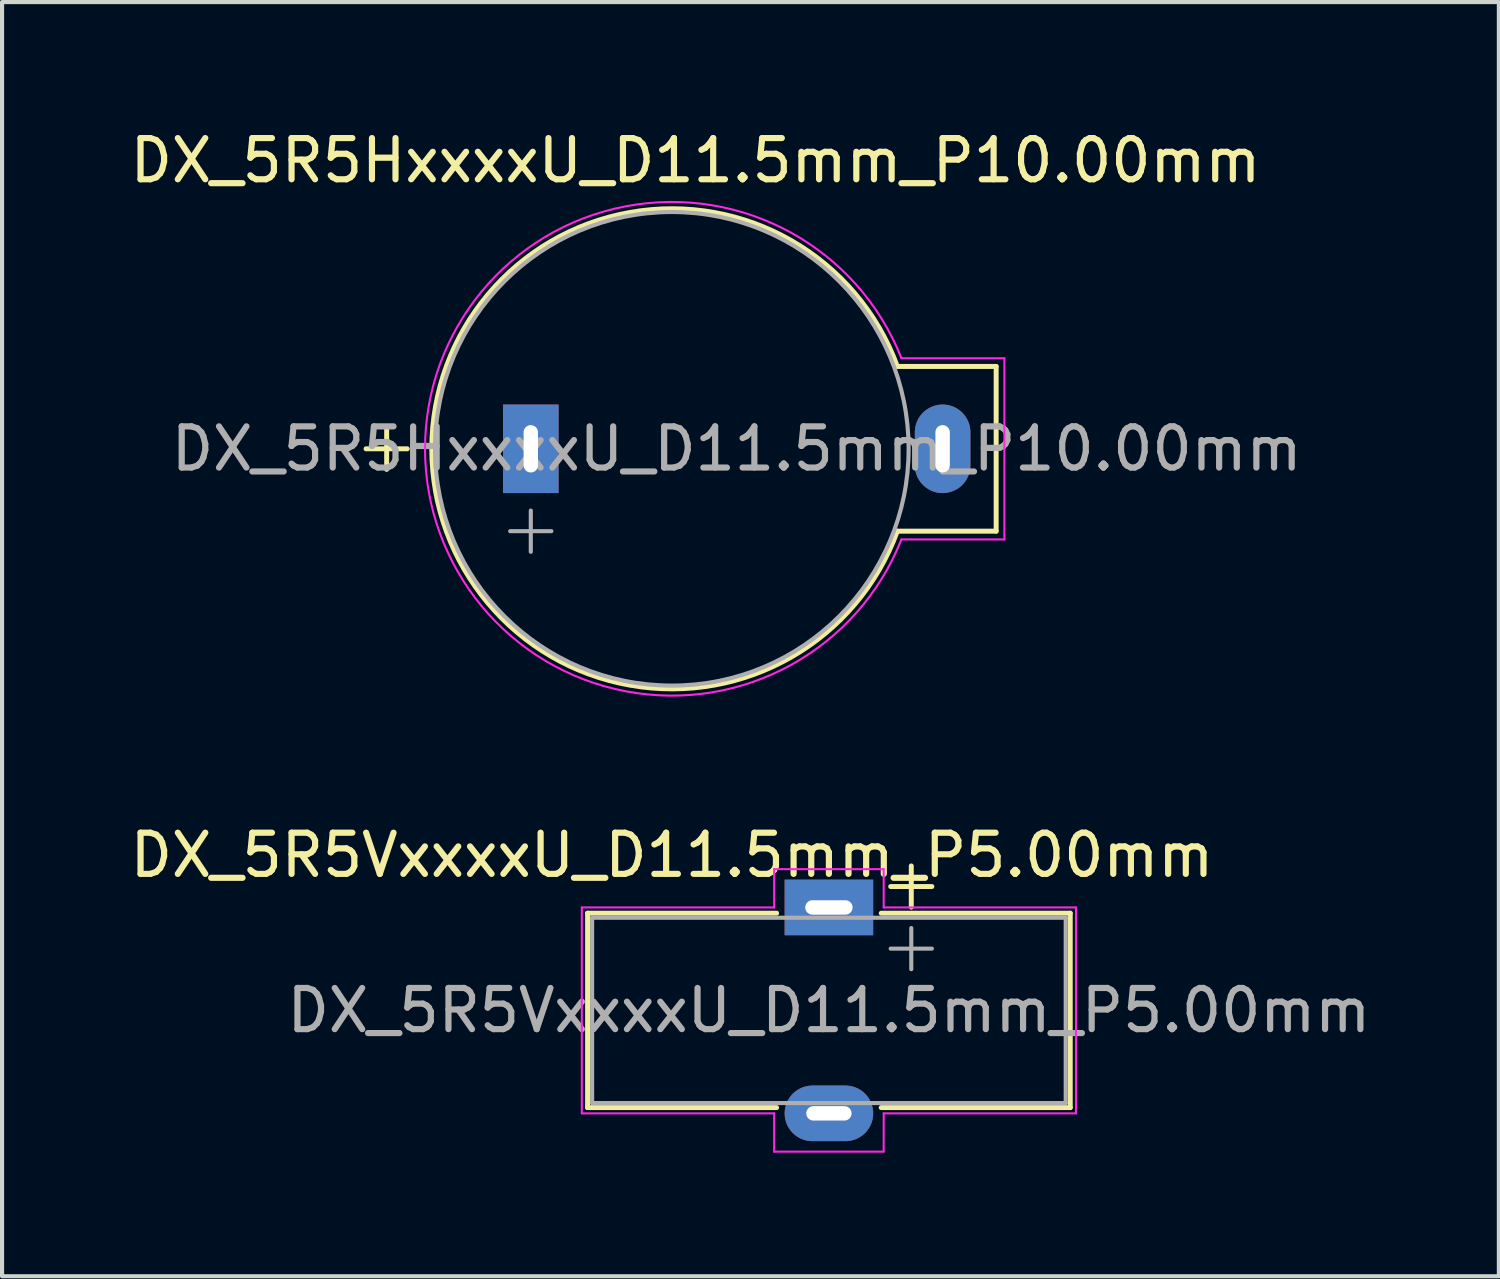
<source format=kicad_pcb>
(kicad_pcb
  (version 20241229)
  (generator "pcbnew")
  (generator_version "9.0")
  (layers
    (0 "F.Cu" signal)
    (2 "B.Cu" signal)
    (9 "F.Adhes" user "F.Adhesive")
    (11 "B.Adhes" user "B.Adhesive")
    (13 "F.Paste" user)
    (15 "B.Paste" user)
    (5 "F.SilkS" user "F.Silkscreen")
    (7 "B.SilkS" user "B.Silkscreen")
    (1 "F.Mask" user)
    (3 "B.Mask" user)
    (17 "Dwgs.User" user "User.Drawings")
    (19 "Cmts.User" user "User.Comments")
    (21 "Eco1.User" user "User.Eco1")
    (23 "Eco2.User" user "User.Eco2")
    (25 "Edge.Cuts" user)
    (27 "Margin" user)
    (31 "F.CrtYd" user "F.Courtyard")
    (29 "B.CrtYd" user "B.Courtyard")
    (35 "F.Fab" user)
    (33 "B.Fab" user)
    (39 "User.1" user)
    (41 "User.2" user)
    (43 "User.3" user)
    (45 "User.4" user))
  (footprint "DX_5R5VxxxxU_D11.5mm_P5.00mm"
    (layer "F.Cu")
    (at 17.078 18.985)
    (property "Reference" "DX_5R5VxxxxU_D11.5mm_P5.00mm" (at -3.81 -1.27 0) (layer "F.SilkS") (effects (font (size 1 1) (thickness 0.15))))
    (attr through_hole)
    (fp_line (start -5.86 0.14) (end -5.86 4.86) (stroke (width 0.12) (type solid)) (layer "F.SilkS"))
    (fp_line (start -5.86 0.14) (end -1.27 0.14) (stroke (width 0.12) (type solid)) (layer "F.SilkS"))
    (fp_line (start -1.27 4.86) (end -5.86 4.86) (stroke (width 0.12) (type solid)) (layer "F.SilkS"))
    (fp_line (start 1.27 0.14) (end 5.86 0.14) (stroke (width 0.12) (type solid)) (layer "F.SilkS"))
    (fp_line (start 1.5 -0.508) (end 2.5 -0.508) (stroke (width 0.12) (type solid)) (layer "F.SilkS"))
    (fp_line (start 2 -1.008) (end 2 -0.008) (stroke (width 0.12) (type solid)) (layer "F.SilkS"))
    (fp_line (start 5.86 0.14) (end 5.86 4.86) (stroke (width 0.12) (type solid)) (layer "F.SilkS"))
    (fp_line (start 5.86 4.86) (end 1.27 4.86) (stroke (width 0.12) (type solid)) (layer "F.SilkS"))
    (fp_line (start -6 0) (end -6 5) (stroke (width 0.05) (type solid)) (layer "F.CrtYd"))
    (fp_line (start -1.33 -0.93) (end -1.33 0) (stroke (width 0.05) (type solid)) (layer "F.CrtYd"))
    (fp_line (start -1.33 0) (end -6 0) (stroke (width 0.05) (type solid)) (layer "F.CrtYd"))
    (fp_line (start -1.33 5) (end -6 5) (stroke (width 0.05) (type solid)) (layer "F.CrtYd"))
    (fp_line (start -1.33 5) (end -1.33 5.93) (stroke (width 0.05) (type solid)) (layer "F.CrtYd"))
    (fp_line (start -1.33 5.93) (end 1.33 5.93) (stroke (width 0.05) (type solid)) (layer "F.CrtYd"))
    (fp_line (start 1.33 -0.93) (end -1.33 -0.93) (stroke (width 0.05) (type solid)) (layer "F.CrtYd"))
    (fp_line (start 1.33 0) (end 1.33 -0.93) (stroke (width 0.05) (type solid)) (layer "F.CrtYd"))
    (fp_line (start 1.33 0) (end 6 0) (stroke (width 0.05) (type solid)) (layer "F.CrtYd"))
    (fp_line (start 1.33 5) (end 1.33 5.93) (stroke (width 0.05) (type solid)) (layer "F.CrtYd"))
    (fp_line (start 6 0) (end 6 5) (stroke (width 0.05) (type solid)) (layer "F.CrtYd"))
    (fp_line (start 6 5) (end 1.33 5) (stroke (width 0.05) (type solid)) (layer "F.CrtYd"))
    (fp_line (start -5.75 0.25) (end -5.75 4.75) (stroke (width 0.1) (type solid)) (layer "F.Fab"))
    (fp_line (start -5.75 0.25) (end 5.75 0.25) (stroke (width 0.1) (type solid)) (layer "F.Fab"))
    (fp_line (start -5.75 4.75) (end 5.75 4.75) (stroke (width 0.1) (type solid)) (layer "F.Fab"))
    (fp_line (start 1.5 1) (end 2.5 1) (stroke (width 0.1) (type solid)) (layer "F.Fab"))
    (fp_line (start 2 0.5) (end 2 1.5) (stroke (width 0.1) (type solid)) (layer "F.Fab"))
    (fp_line (start 5.75 0.25) (end 5.75 4.75) (stroke (width 0.1) (type solid)) (layer "F.Fab"))
    (fp_text user "${REFERENCE}" (at 0 2.5 0) (layer "F.Fab") (effects (font (size 1 1) (thickness 0.15))))
    (pad "1" thru_hole rect (at 0 0) (size 2.15 1.35) (drill oval 1.15 0.35) (layers "*.Cu" "*.Mask"))
    (pad "2" thru_hole oval (at 0 5) (size 2.15 1.35) (drill oval 1.1 0.35) (layers "*.Cu" "*.Mask")))
  (footprint "DX_5R5HxxxxU_D11.5mm_P10.00mm"
    (layer "F.Cu")
    (at 9.839 7.848)
    (property "Reference" "DX_5R5HxxxxU_D11.5mm_P10.00mm" (at 4 -7 0) (layer "F.SilkS") (effects (font (size 1 1) (thickness 0.15))))
    (attr through_hole)
    (fp_line (start -4 0) (end -3 0) (stroke (width 0.12) (type solid)) (layer "F.SilkS"))
    (fp_line (start -3.5 -0.5) (end -3.5 0.5) (stroke (width 0.12) (type solid)) (layer "F.SilkS"))
    (fp_line (start 8.9 -2) (end 11.3 -2) (stroke (width 0.12) (type solid)) (layer "F.SilkS"))
    (fp_line (start 11.3 -2) (end 11.3 2) (stroke (width 0.12) (type solid)) (layer "F.SilkS"))
    (fp_line (start 11.3 2) (end 8.9 2) (stroke (width 0.12) (type solid)) (layer "F.SilkS"))
    (fp_arc (start 8.9 2) (mid -2.403861 0) (end 8.9 -2) (stroke (width 0.12) (type solid)) (layer "F.SilkS"))
    (fp_line (start 9 -2.2) (end 11.5 -2.2) (stroke (width 0.05) (type solid)) (layer "F.CrtYd"))
    (fp_line (start 11.5 -2.2) (end 11.5 2.2) (stroke (width 0.05) (type solid)) (layer "F.CrtYd"))
    (fp_line (start 11.5 2.2) (end 9 2.2) (stroke (width 0.05) (type solid)) (layer "F.CrtYd"))
    (fp_arc (start 9 2.2) (mid -2.568382 0) (end 9 -2.2) (stroke (width 0.05) (type solid)) (layer "F.CrtYd"))
    (fp_line (start -0.5 2) (end 0.5 2) (stroke (width 0.1) (type solid)) (layer "F.Fab"))
    (fp_line (start 0 1.5) (end 0 2.5) (stroke (width 0.1) (type solid)) (layer "F.Fab"))
    (fp_circle (center 3.425 0) (end 9.175 0) (stroke (width 0.1) (type solid)) (fill no) (layer "F.Fab"))
    (fp_text user "${REFERENCE}" (at 5 0 0) (layer "F.Fab") (effects (font (size 1 1) (thickness 0.15))))
    (pad "1" thru_hole rect (at 0 0) (size 1.35 2.15) (drill oval 0.35 1.15) (layers "*.Cu" "*.Mask"))
    (pad "2" thru_hole oval (at 10 0) (size 1.35 2.15) (drill oval 0.35 1.15) (layers "*.Cu" "*.Mask")))
  (gr_rect
    (start -3 -3)
    (end 33.346 27.94)
    (stroke (width 0.1) (type default))
    (fill no)
    (layer "Edge.Cuts")))
</source>
